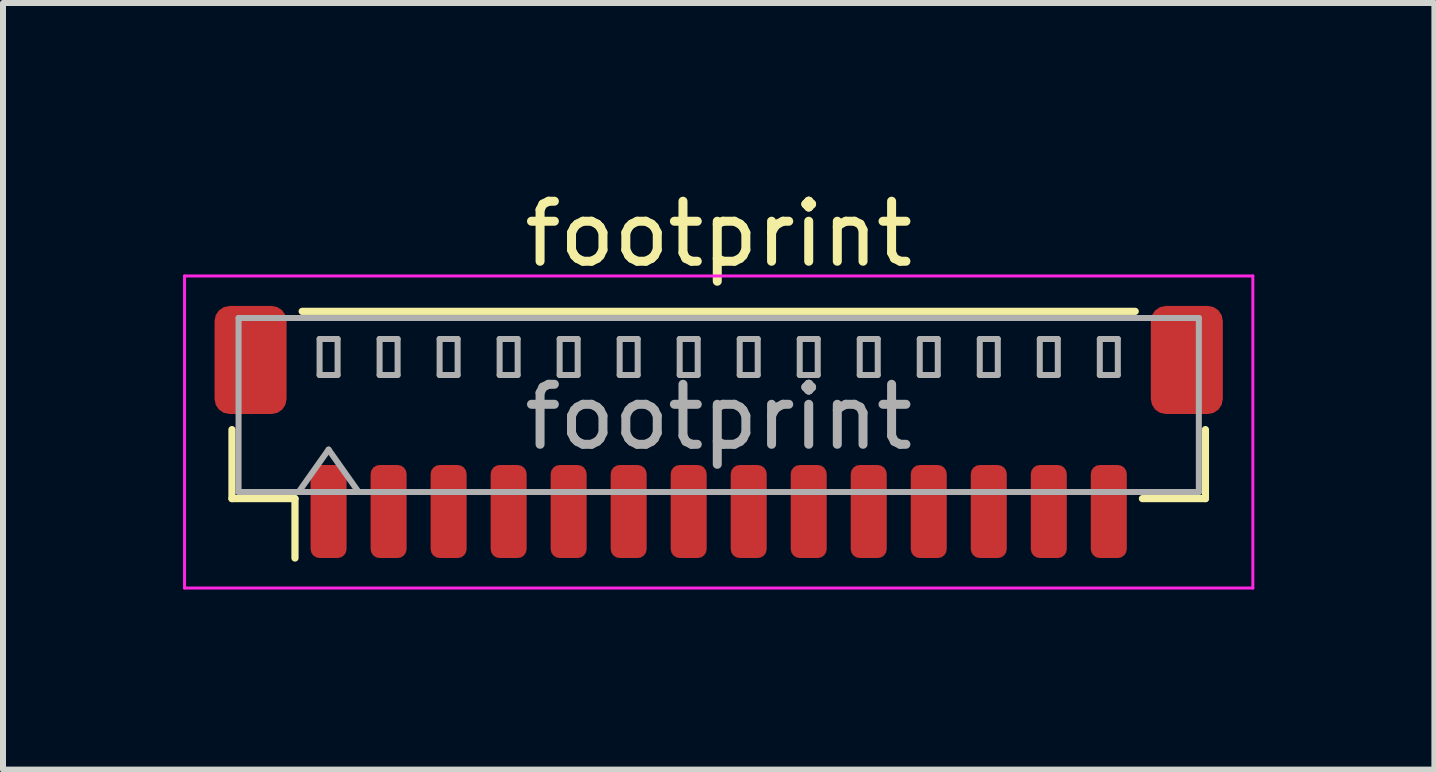
<source format=kicad_pcb>
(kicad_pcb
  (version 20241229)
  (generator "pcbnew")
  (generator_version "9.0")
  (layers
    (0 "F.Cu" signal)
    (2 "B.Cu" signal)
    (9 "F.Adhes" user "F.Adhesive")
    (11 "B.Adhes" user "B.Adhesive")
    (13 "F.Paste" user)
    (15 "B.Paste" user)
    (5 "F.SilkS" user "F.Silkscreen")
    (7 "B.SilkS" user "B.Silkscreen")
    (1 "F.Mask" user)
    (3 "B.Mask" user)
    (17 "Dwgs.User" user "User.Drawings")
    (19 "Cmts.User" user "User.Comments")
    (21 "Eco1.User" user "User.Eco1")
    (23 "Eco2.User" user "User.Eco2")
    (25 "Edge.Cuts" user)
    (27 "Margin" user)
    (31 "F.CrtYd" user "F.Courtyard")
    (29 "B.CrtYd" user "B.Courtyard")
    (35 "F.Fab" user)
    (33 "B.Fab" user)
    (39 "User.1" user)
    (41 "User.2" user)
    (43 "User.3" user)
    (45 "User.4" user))
  (footprint "footprint"
    (layer "F.Cu")
    (at 8.925 4.148)
    (property "Reference" "footprint" (at 0 -3.3 0) (layer "F.SilkS") (effects (font (size 1 1) (thickness 0.15))))
    (attr smd)
    (fp_line (start -8.11 -0.04) (end -8.11 1.11) (stroke (width 0.12) (type solid)) (layer "F.SilkS"))
    (fp_line (start -8.11 1.11) (end -7.06 1.11) (stroke (width 0.12) (type solid)) (layer "F.SilkS"))
    (fp_line (start -7.06 1.11) (end -7.06 2.1) (stroke (width 0.12) (type solid)) (layer "F.SilkS"))
    (fp_line (start -6.94 -2.01) (end 6.94 -2.01) (stroke (width 0.12) (type solid)) (layer "F.SilkS"))
    (fp_line (start 8.11 -0.04) (end 8.11 1.11) (stroke (width 0.12) (type solid)) (layer "F.SilkS"))
    (fp_line (start 8.11 1.11) (end 7.06 1.11) (stroke (width 0.12) (type solid)) (layer "F.SilkS"))
    (fp_line (start -8.9 -2.6) (end -8.9 2.6) (stroke (width 0.05) (type solid)) (layer "F.CrtYd"))
    (fp_line (start -8.9 2.6) (end 8.9 2.6) (stroke (width 0.05) (type solid)) (layer "F.CrtYd"))
    (fp_line (start 8.9 -2.6) (end -8.9 -2.6) (stroke (width 0.05) (type solid)) (layer "F.CrtYd"))
    (fp_line (start 8.9 2.6) (end 8.9 -2.6) (stroke (width 0.05) (type solid)) (layer "F.CrtYd"))
    (fp_line (start -8 -1.9) (end 8 -1.9) (stroke (width 0.1) (type solid)) (layer "F.Fab"))
    (fp_line (start -8 1) (end -8 -1.9) (stroke (width 0.1) (type solid)) (layer "F.Fab"))
    (fp_line (start -8 1) (end 8 1) (stroke (width 0.1) (type solid)) (layer "F.Fab"))
    (fp_line (start -7 1) (end -6.5 0.293) (stroke (width 0.1) (type solid)) (layer "F.Fab"))
    (fp_line (start -6.65 -1.55) (end -6.65 -0.95) (stroke (width 0.1) (type solid)) (layer "F.Fab"))
    (fp_line (start -6.65 -0.95) (end -6.35 -0.95) (stroke (width 0.1) (type solid)) (layer "F.Fab"))
    (fp_line (start -6.5 0.293) (end -6 1) (stroke (width 0.1) (type solid)) (layer "F.Fab"))
    (fp_line (start -6.35 -1.55) (end -6.65 -1.55) (stroke (width 0.1) (type solid)) (layer "F.Fab"))
    (fp_line (start -6.35 -0.95) (end -6.35 -1.55) (stroke (width 0.1) (type solid)) (layer "F.Fab"))
    (fp_line (start -5.65 -1.55) (end -5.65 -0.95) (stroke (width 0.1) (type solid)) (layer "F.Fab"))
    (fp_line (start -5.65 -0.95) (end -5.35 -0.95) (stroke (width 0.1) (type solid)) (layer "F.Fab"))
    (fp_line (start -5.35 -1.55) (end -5.65 -1.55) (stroke (width 0.1) (type solid)) (layer "F.Fab"))
    (fp_line (start -5.35 -0.95) (end -5.35 -1.55) (stroke (width 0.1) (type solid)) (layer "F.Fab"))
    (fp_line (start -4.65 -1.55) (end -4.65 -0.95) (stroke (width 0.1) (type solid)) (layer "F.Fab"))
    (fp_line (start -4.65 -0.95) (end -4.35 -0.95) (stroke (width 0.1) (type solid)) (layer "F.Fab"))
    (fp_line (start -4.35 -1.55) (end -4.65 -1.55) (stroke (width 0.1) (type solid)) (layer "F.Fab"))
    (fp_line (start -4.35 -0.95) (end -4.35 -1.55) (stroke (width 0.1) (type solid)) (layer "F.Fab"))
    (fp_line (start -3.65 -1.55) (end -3.65 -0.95) (stroke (width 0.1) (type solid)) (layer "F.Fab"))
    (fp_line (start -3.65 -0.95) (end -3.35 -0.95) (stroke (width 0.1) (type solid)) (layer "F.Fab"))
    (fp_line (start -3.35 -1.55) (end -3.65 -1.55) (stroke (width 0.1) (type solid)) (layer "F.Fab"))
    (fp_line (start -3.35 -0.95) (end -3.35 -1.55) (stroke (width 0.1) (type solid)) (layer "F.Fab"))
    (fp_line (start -2.65 -1.55) (end -2.65 -0.95) (stroke (width 0.1) (type solid)) (layer "F.Fab"))
    (fp_line (start -2.65 -0.95) (end -2.35 -0.95) (stroke (width 0.1) (type solid)) (layer "F.Fab"))
    (fp_line (start -2.35 -1.55) (end -2.65 -1.55) (stroke (width 0.1) (type solid)) (layer "F.Fab"))
    (fp_line (start -2.35 -0.95) (end -2.35 -1.55) (stroke (width 0.1) (type solid)) (layer "F.Fab"))
    (fp_line (start -1.65 -1.55) (end -1.65 -0.95) (stroke (width 0.1) (type solid)) (layer "F.Fab"))
    (fp_line (start -1.65 -0.95) (end -1.35 -0.95) (stroke (width 0.1) (type solid)) (layer "F.Fab"))
    (fp_line (start -1.35 -1.55) (end -1.65 -1.55) (stroke (width 0.1) (type solid)) (layer "F.Fab"))
    (fp_line (start -1.35 -0.95) (end -1.35 -1.55) (stroke (width 0.1) (type solid)) (layer "F.Fab"))
    (fp_line (start -0.65 -1.55) (end -0.65 -0.95) (stroke (width 0.1) (type solid)) (layer "F.Fab"))
    (fp_line (start -0.65 -0.95) (end -0.35 -0.95) (stroke (width 0.1) (type solid)) (layer "F.Fab"))
    (fp_line (start -0.35 -1.55) (end -0.65 -1.55) (stroke (width 0.1) (type solid)) (layer "F.Fab"))
    (fp_line (start -0.35 -0.95) (end -0.35 -1.55) (stroke (width 0.1) (type solid)) (layer "F.Fab"))
    (fp_line (start 0.35 -1.55) (end 0.35 -0.95) (stroke (width 0.1) (type solid)) (layer "F.Fab"))
    (fp_line (start 0.35 -0.95) (end 0.65 -0.95) (stroke (width 0.1) (type solid)) (layer "F.Fab"))
    (fp_line (start 0.65 -1.55) (end 0.35 -1.55) (stroke (width 0.1) (type solid)) (layer "F.Fab"))
    (fp_line (start 0.65 -0.95) (end 0.65 -1.55) (stroke (width 0.1) (type solid)) (layer "F.Fab"))
    (fp_line (start 1.35 -1.55) (end 1.35 -0.95) (stroke (width 0.1) (type solid)) (layer "F.Fab"))
    (fp_line (start 1.35 -0.95) (end 1.65 -0.95) (stroke (width 0.1) (type solid)) (layer "F.Fab"))
    (fp_line (start 1.65 -1.55) (end 1.35 -1.55) (stroke (width 0.1) (type solid)) (layer "F.Fab"))
    (fp_line (start 1.65 -0.95) (end 1.65 -1.55) (stroke (width 0.1) (type solid)) (layer "F.Fab"))
    (fp_line (start 2.35 -1.55) (end 2.35 -0.95) (stroke (width 0.1) (type solid)) (layer "F.Fab"))
    (fp_line (start 2.35 -0.95) (end 2.65 -0.95) (stroke (width 0.1) (type solid)) (layer "F.Fab"))
    (fp_line (start 2.65 -1.55) (end 2.35 -1.55) (stroke (width 0.1) (type solid)) (layer "F.Fab"))
    (fp_line (start 2.65 -0.95) (end 2.65 -1.55) (stroke (width 0.1) (type solid)) (layer "F.Fab"))
    (fp_line (start 3.35 -1.55) (end 3.35 -0.95) (stroke (width 0.1) (type solid)) (layer "F.Fab"))
    (fp_line (start 3.35 -0.95) (end 3.65 -0.95) (stroke (width 0.1) (type solid)) (layer "F.Fab"))
    (fp_line (start 3.65 -1.55) (end 3.35 -1.55) (stroke (width 0.1) (type solid)) (layer "F.Fab"))
    (fp_line (start 3.65 -0.95) (end 3.65 -1.55) (stroke (width 0.1) (type solid)) (layer "F.Fab"))
    (fp_line (start 4.35 -1.55) (end 4.35 -0.95) (stroke (width 0.1) (type solid)) (layer "F.Fab"))
    (fp_line (start 4.35 -0.95) (end 4.65 -0.95) (stroke (width 0.1) (type solid)) (layer "F.Fab"))
    (fp_line (start 4.65 -1.55) (end 4.35 -1.55) (stroke (width 0.1) (type solid)) (layer "F.Fab"))
    (fp_line (start 4.65 -0.95) (end 4.65 -1.55) (stroke (width 0.1) (type solid)) (layer "F.Fab"))
    (fp_line (start 5.35 -1.55) (end 5.35 -0.95) (stroke (width 0.1) (type solid)) (layer "F.Fab"))
    (fp_line (start 5.35 -0.95) (end 5.65 -0.95) (stroke (width 0.1) (type solid)) (layer "F.Fab"))
    (fp_line (start 5.65 -1.55) (end 5.35 -1.55) (stroke (width 0.1) (type solid)) (layer "F.Fab"))
    (fp_line (start 5.65 -0.95) (end 5.65 -1.55) (stroke (width 0.1) (type solid)) (layer "F.Fab"))
    (fp_line (start 6.35 -1.55) (end 6.35 -0.95) (stroke (width 0.1) (type solid)) (layer "F.Fab"))
    (fp_line (start 6.35 -0.95) (end 6.65 -0.95) (stroke (width 0.1) (type solid)) (layer "F.Fab"))
    (fp_line (start 6.65 -1.55) (end 6.35 -1.55) (stroke (width 0.1) (type solid)) (layer "F.Fab"))
    (fp_line (start 6.65 -0.95) (end 6.65 -1.55) (stroke (width 0.1) (type solid)) (layer "F.Fab"))
    (fp_line (start 8 1) (end 8 -1.9) (stroke (width 0.1) (type solid)) (layer "F.Fab"))
    (fp_text user "${REFERENCE}" (at 0 -0.25 0) (layer "F.Fab") (effects (font (size 1 1) (thickness 0.15))))
    (pad "1" smd roundrect (at -6.5 1.325) (size 0.6 1.55) (layers "F.Cu" "F.Mask" "F.Paste") (roundrect_rratio 0.25))
    (pad "2" smd roundrect (at -5.5 1.325) (size 0.6 1.55) (layers "F.Cu" "F.Mask" "F.Paste") (roundrect_rratio 0.25))
    (pad "3" smd roundrect (at -4.5 1.325) (size 0.6 1.55) (layers "F.Cu" "F.Mask" "F.Paste") (roundrect_rratio 0.25))
    (pad "4" smd roundrect (at -3.5 1.325) (size 0.6 1.55) (layers "F.Cu" "F.Mask" "F.Paste") (roundrect_rratio 0.25))
    (pad "5" smd roundrect (at -2.5 1.325) (size 0.6 1.55) (layers "F.Cu" "F.Mask" "F.Paste") (roundrect_rratio 0.25))
    (pad "6" smd roundrect (at -1.5 1.325) (size 0.6 1.55) (layers "F.Cu" "F.Mask" "F.Paste") (roundrect_rratio 0.25))
    (pad "7" smd roundrect (at -0.5 1.325) (size 0.6 1.55) (layers "F.Cu" "F.Mask" "F.Paste") (roundrect_rratio 0.25))
    (pad "8" smd roundrect (at 0.5 1.325) (size 0.6 1.55) (layers "F.Cu" "F.Mask" "F.Paste") (roundrect_rratio 0.25))
    (pad "9" smd roundrect (at 1.5 1.325) (size 0.6 1.55) (layers "F.Cu" "F.Mask" "F.Paste") (roundrect_rratio 0.25))
    (pad "10" smd roundrect (at 2.5 1.325) (size 0.6 1.55) (layers "F.Cu" "F.Mask" "F.Paste") (roundrect_rratio 0.25))
    (pad "11" smd roundrect (at 3.5 1.325) (size 0.6 1.55) (layers "F.Cu" "F.Mask" "F.Paste") (roundrect_rratio 0.25))
    (pad "12" smd roundrect (at 4.5 1.325) (size 0.6 1.55) (layers "F.Cu" "F.Mask" "F.Paste") (roundrect_rratio 0.25))
    (pad "13" smd roundrect (at 5.5 1.325) (size 0.6 1.55) (layers "F.Cu" "F.Mask" "F.Paste") (roundrect_rratio 0.25))
    (pad "14" smd roundrect (at 6.5 1.325) (size 0.6 1.55) (layers "F.Cu" "F.Mask" "F.Paste") (roundrect_rratio 0.25))
    (pad "MP" smd roundrect (at -7.8 -1.2) (size 1.2 1.8) (layers "F.Cu" "F.Mask" "F.Paste") (roundrect_rratio 0.208))
    (pad "MP" smd roundrect (at 7.8 -1.2) (size 1.2 1.8) (layers "F.Cu" "F.Mask" "F.Paste") (roundrect_rratio 0.208)))
  (gr_rect
    (start -3 -3)
    (end 20.85 9.773)
    (stroke (width 0.1) (type default))
    (fill no)
    (layer "Edge.Cuts")))
</source>
